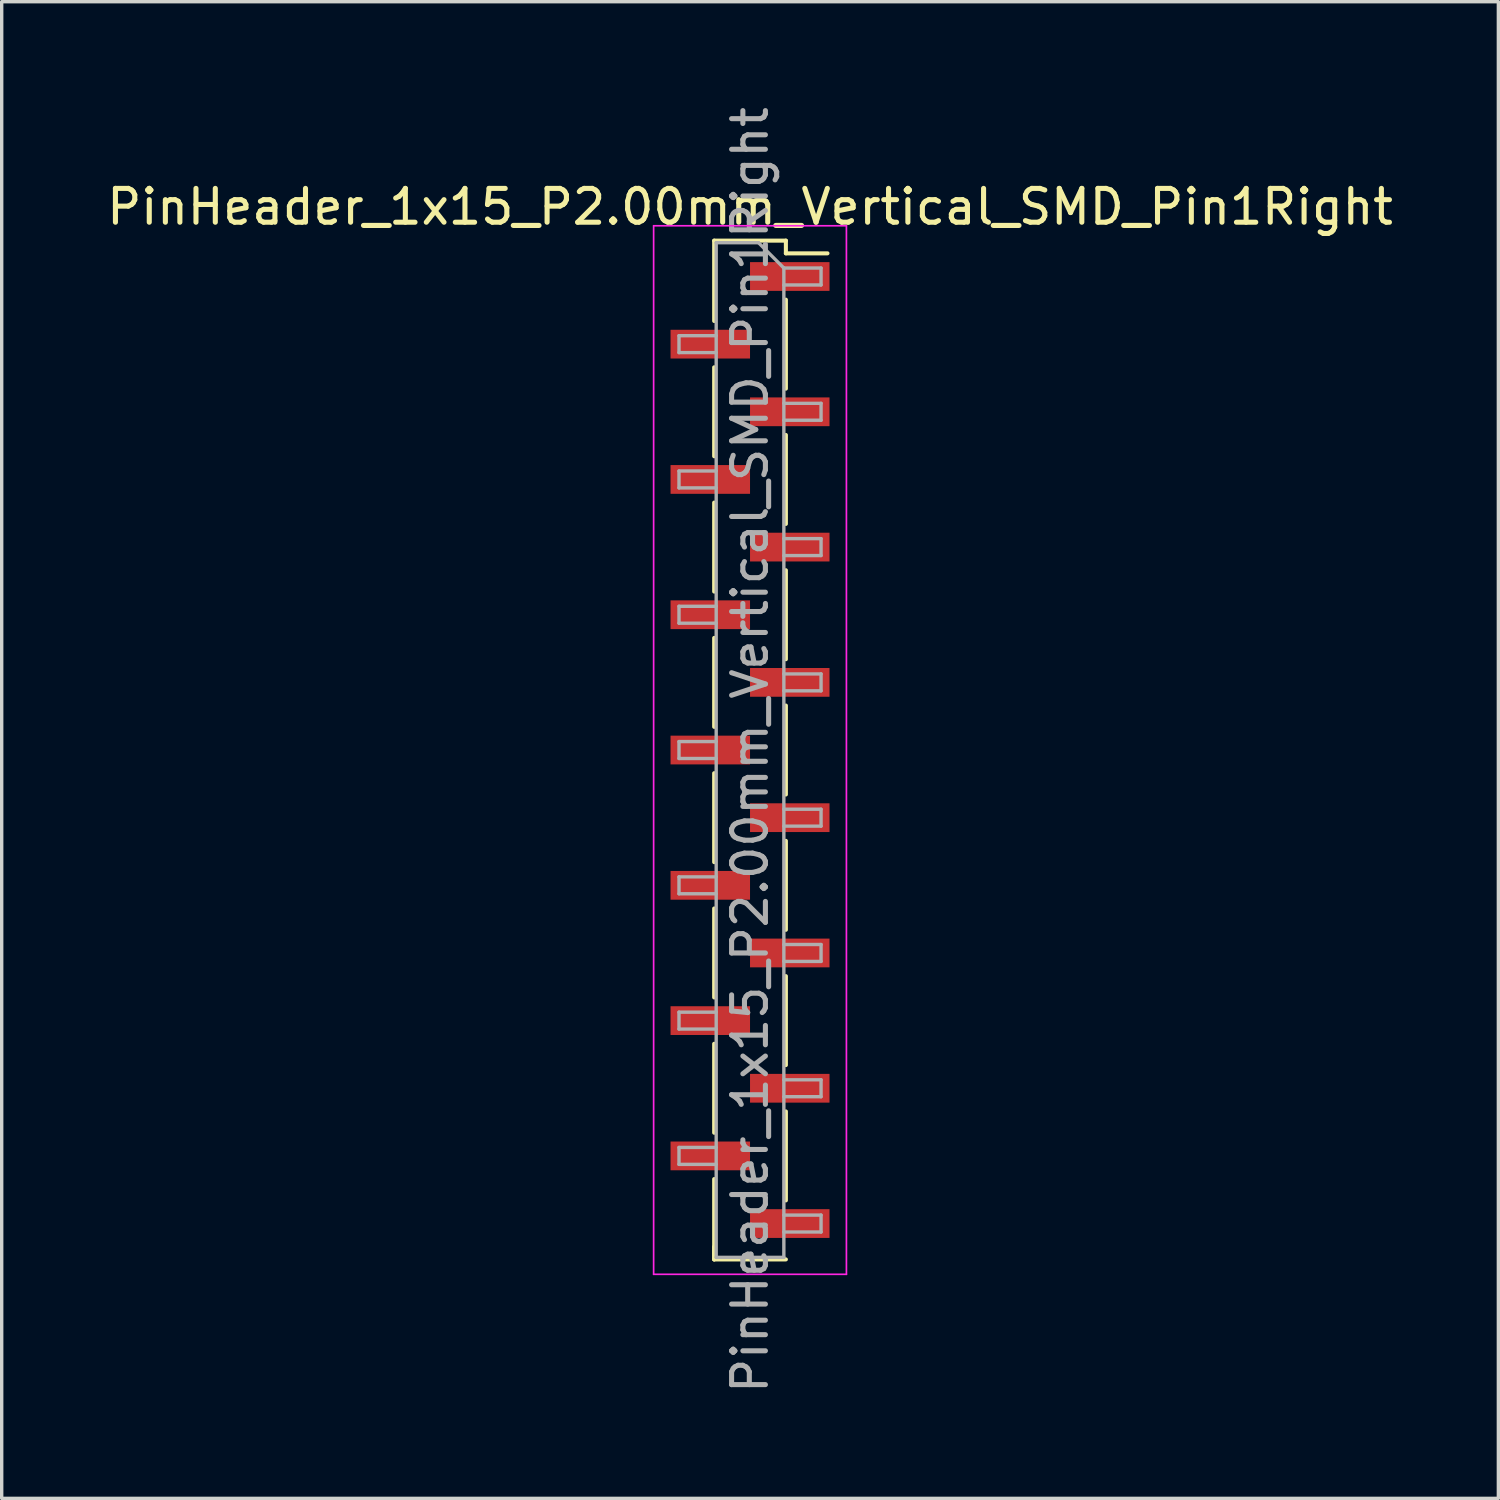
<source format=kicad_pcb>
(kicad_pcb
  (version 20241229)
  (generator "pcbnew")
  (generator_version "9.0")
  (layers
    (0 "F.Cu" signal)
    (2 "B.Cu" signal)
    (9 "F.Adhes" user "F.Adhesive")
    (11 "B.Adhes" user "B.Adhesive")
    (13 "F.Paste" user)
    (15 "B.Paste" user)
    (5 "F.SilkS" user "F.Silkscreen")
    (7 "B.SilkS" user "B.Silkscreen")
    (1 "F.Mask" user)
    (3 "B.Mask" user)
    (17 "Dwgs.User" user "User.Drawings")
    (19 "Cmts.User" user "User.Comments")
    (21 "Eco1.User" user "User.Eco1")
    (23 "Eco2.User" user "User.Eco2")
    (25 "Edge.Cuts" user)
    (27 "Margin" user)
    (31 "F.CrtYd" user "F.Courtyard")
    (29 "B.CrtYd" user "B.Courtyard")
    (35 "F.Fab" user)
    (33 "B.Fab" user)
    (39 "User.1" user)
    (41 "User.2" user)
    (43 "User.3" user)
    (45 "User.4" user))
  (footprint "PinHeader_1x15_P2.00mm_Vertical_SMD_Pin1Right"
    (layer "F.Cu")
    (at 19.125 19.125)
    (property "Reference" "PinHeader_1x15_P2.00mm_Vertical_SMD_Pin1Right" (at 0 -16.06 0) (layer "F.SilkS") (effects (font (size 1 1) (thickness 0.15))))
    (attr smd)
    (fp_line (start -1.06 -15.06) (end -1.06 -12.685) (stroke (width 0.12) (type solid)) (layer "F.SilkS"))
    (fp_line (start -1.06 -15.06) (end 1.06 -15.06) (stroke (width 0.12) (type solid)) (layer "F.SilkS"))
    (fp_line (start -1.06 -11.315) (end -1.06 -8.685) (stroke (width 0.12) (type solid)) (layer "F.SilkS"))
    (fp_line (start -1.06 -7.315) (end -1.06 -4.685) (stroke (width 0.12) (type solid)) (layer "F.SilkS"))
    (fp_line (start -1.06 -3.315) (end -1.06 -0.685) (stroke (width 0.12) (type solid)) (layer "F.SilkS"))
    (fp_line (start -1.06 0.685) (end -1.06 3.315) (stroke (width 0.12) (type solid)) (layer "F.SilkS"))
    (fp_line (start -1.06 4.685) (end -1.06 7.315) (stroke (width 0.12) (type solid)) (layer "F.SilkS"))
    (fp_line (start -1.06 8.685) (end -1.06 11.315) (stroke (width 0.12) (type solid)) (layer "F.SilkS"))
    (fp_line (start -1.06 12.685) (end -1.06 15.06) (stroke (width 0.12) (type solid)) (layer "F.SilkS"))
    (fp_line (start -1.06 14.685) (end -1.06 15.06) (stroke (width 0.12) (type solid)) (layer "F.SilkS"))
    (fp_line (start -1.06 15.06) (end 1.06 15.06) (stroke (width 0.12) (type solid)) (layer "F.SilkS"))
    (fp_line (start 1.06 -15.06) (end 1.06 -14.685) (stroke (width 0.12) (type solid)) (layer "F.SilkS"))
    (fp_line (start 1.06 -14.685) (end 2.29 -14.685) (stroke (width 0.12) (type solid)) (layer "F.SilkS"))
    (fp_line (start 1.06 -13.315) (end 1.06 -10.685) (stroke (width 0.12) (type solid)) (layer "F.SilkS"))
    (fp_line (start 1.06 -9.315) (end 1.06 -6.685) (stroke (width 0.12) (type solid)) (layer "F.SilkS"))
    (fp_line (start 1.06 -5.315) (end 1.06 -2.685) (stroke (width 0.12) (type solid)) (layer "F.SilkS"))
    (fp_line (start 1.06 -1.315) (end 1.06 1.315) (stroke (width 0.12) (type solid)) (layer "F.SilkS"))
    (fp_line (start 1.06 2.685) (end 1.06 5.315) (stroke (width 0.12) (type solid)) (layer "F.SilkS"))
    (fp_line (start 1.06 6.685) (end 1.06 9.315) (stroke (width 0.12) (type solid)) (layer "F.SilkS"))
    (fp_line (start 1.06 10.685) (end 1.06 13.315) (stroke (width 0.12) (type solid)) (layer "F.SilkS"))
    (fp_line (start -2.85 -15.5) (end -2.85 15.5) (stroke (width 0.05) (type solid)) (layer "F.CrtYd"))
    (fp_line (start -2.85 15.5) (end 2.85 15.5) (stroke (width 0.05) (type solid)) (layer "F.CrtYd"))
    (fp_line (start 2.85 -15.5) (end -2.85 -15.5) (stroke (width 0.05) (type solid)) (layer "F.CrtYd"))
    (fp_line (start 2.85 15.5) (end 2.85 -15.5) (stroke (width 0.05) (type solid)) (layer "F.CrtYd"))
    (fp_line (start -2.1 -12.25) (end -2.1 -11.75) (stroke (width 0.1) (type solid)) (layer "F.Fab"))
    (fp_line (start -2.1 -11.75) (end -1 -11.75) (stroke (width 0.1) (type solid)) (layer "F.Fab"))
    (fp_line (start -2.1 -8.25) (end -2.1 -7.75) (stroke (width 0.1) (type solid)) (layer "F.Fab"))
    (fp_line (start -2.1 -7.75) (end -1 -7.75) (stroke (width 0.1) (type solid)) (layer "F.Fab"))
    (fp_line (start -2.1 -4.25) (end -2.1 -3.75) (stroke (width 0.1) (type solid)) (layer "F.Fab"))
    (fp_line (start -2.1 -3.75) (end -1 -3.75) (stroke (width 0.1) (type solid)) (layer "F.Fab"))
    (fp_line (start -2.1 -0.25) (end -2.1 0.25) (stroke (width 0.1) (type solid)) (layer "F.Fab"))
    (fp_line (start -2.1 0.25) (end -1 0.25) (stroke (width 0.1) (type solid)) (layer "F.Fab"))
    (fp_line (start -2.1 3.75) (end -2.1 4.25) (stroke (width 0.1) (type solid)) (layer "F.Fab"))
    (fp_line (start -2.1 4.25) (end -1 4.25) (stroke (width 0.1) (type solid)) (layer "F.Fab"))
    (fp_line (start -2.1 7.75) (end -2.1 8.25) (stroke (width 0.1) (type solid)) (layer "F.Fab"))
    (fp_line (start -2.1 8.25) (end -1 8.25) (stroke (width 0.1) (type solid)) (layer "F.Fab"))
    (fp_line (start -2.1 11.75) (end -2.1 12.25) (stroke (width 0.1) (type solid)) (layer "F.Fab"))
    (fp_line (start -2.1 12.25) (end -1 12.25) (stroke (width 0.1) (type solid)) (layer "F.Fab"))
    (fp_line (start -1 -15) (end -1 15) (stroke (width 0.1) (type solid)) (layer "F.Fab"))
    (fp_line (start -1 -15) (end 0.25 -15) (stroke (width 0.1) (type solid)) (layer "F.Fab"))
    (fp_line (start -1 -12.25) (end -2.1 -12.25) (stroke (width 0.1) (type solid)) (layer "F.Fab"))
    (fp_line (start -1 -8.25) (end -2.1 -8.25) (stroke (width 0.1) (type solid)) (layer "F.Fab"))
    (fp_line (start -1 -4.25) (end -2.1 -4.25) (stroke (width 0.1) (type solid)) (layer "F.Fab"))
    (fp_line (start -1 -0.25) (end -2.1 -0.25) (stroke (width 0.1) (type solid)) (layer "F.Fab"))
    (fp_line (start -1 3.75) (end -2.1 3.75) (stroke (width 0.1) (type solid)) (layer "F.Fab"))
    (fp_line (start -1 7.75) (end -2.1 7.75) (stroke (width 0.1) (type solid)) (layer "F.Fab"))
    (fp_line (start -1 11.75) (end -2.1 11.75) (stroke (width 0.1) (type solid)) (layer "F.Fab"))
    (fp_line (start 1 -14.25) (end 0.25 -15) (stroke (width 0.1) (type solid)) (layer "F.Fab"))
    (fp_line (start 1 -14.25) (end 2.1 -14.25) (stroke (width 0.1) (type solid)) (layer "F.Fab"))
    (fp_line (start 1 -10.25) (end 2.1 -10.25) (stroke (width 0.1) (type solid)) (layer "F.Fab"))
    (fp_line (start 1 -6.25) (end 2.1 -6.25) (stroke (width 0.1) (type solid)) (layer "F.Fab"))
    (fp_line (start 1 -2.25) (end 2.1 -2.25) (stroke (width 0.1) (type solid)) (layer "F.Fab"))
    (fp_line (start 1 1.75) (end 2.1 1.75) (stroke (width 0.1) (type solid)) (layer "F.Fab"))
    (fp_line (start 1 5.75) (end 2.1 5.75) (stroke (width 0.1) (type solid)) (layer "F.Fab"))
    (fp_line (start 1 9.75) (end 2.1 9.75) (stroke (width 0.1) (type solid)) (layer "F.Fab"))
    (fp_line (start 1 13.75) (end 2.1 13.75) (stroke (width 0.1) (type solid)) (layer "F.Fab"))
    (fp_line (start 1 15) (end -1 15) (stroke (width 0.1) (type solid)) (layer "F.Fab"))
    (fp_line (start 1 15) (end 1 -14.25) (stroke (width 0.1) (type solid)) (layer "F.Fab"))
    (fp_line (start 2.1 -14.25) (end 2.1 -13.75) (stroke (width 0.1) (type solid)) (layer "F.Fab"))
    (fp_line (start 2.1 -13.75) (end 1 -13.75) (stroke (width 0.1) (type solid)) (layer "F.Fab"))
    (fp_line (start 2.1 -10.25) (end 2.1 -9.75) (stroke (width 0.1) (type solid)) (layer "F.Fab"))
    (fp_line (start 2.1 -9.75) (end 1 -9.75) (stroke (width 0.1) (type solid)) (layer "F.Fab"))
    (fp_line (start 2.1 -6.25) (end 2.1 -5.75) (stroke (width 0.1) (type solid)) (layer "F.Fab"))
    (fp_line (start 2.1 -5.75) (end 1 -5.75) (stroke (width 0.1) (type solid)) (layer "F.Fab"))
    (fp_line (start 2.1 -2.25) (end 2.1 -1.75) (stroke (width 0.1) (type solid)) (layer "F.Fab"))
    (fp_line (start 2.1 -1.75) (end 1 -1.75) (stroke (width 0.1) (type solid)) (layer "F.Fab"))
    (fp_line (start 2.1 1.75) (end 2.1 2.25) (stroke (width 0.1) (type solid)) (layer "F.Fab"))
    (fp_line (start 2.1 2.25) (end 1 2.25) (stroke (width 0.1) (type solid)) (layer "F.Fab"))
    (fp_line (start 2.1 5.75) (end 2.1 6.25) (stroke (width 0.1) (type solid)) (layer "F.Fab"))
    (fp_line (start 2.1 6.25) (end 1 6.25) (stroke (width 0.1) (type solid)) (layer "F.Fab"))
    (fp_line (start 2.1 9.75) (end 2.1 10.25) (stroke (width 0.1) (type solid)) (layer "F.Fab"))
    (fp_line (start 2.1 10.25) (end 1 10.25) (stroke (width 0.1) (type solid)) (layer "F.Fab"))
    (fp_line (start 2.1 13.75) (end 2.1 14.25) (stroke (width 0.1) (type solid)) (layer "F.Fab"))
    (fp_line (start 2.1 14.25) (end 1 14.25) (stroke (width 0.1) (type solid)) (layer "F.Fab"))
    (fp_text user "${REFERENCE}" (at 0 0 90) (layer "F.Fab") (effects (font (size 1 1) (thickness 0.15))))
    (pad "1" smd rect (at 1.175 -14) (size 2.35 0.85) (layers "F.Cu" "F.Mask" "F.Paste"))
    (pad "2" smd rect (at -1.175 -12) (size 2.35 0.85) (layers "F.Cu" "F.Mask" "F.Paste"))
    (pad "3" smd rect (at 1.175 -10) (size 2.35 0.85) (layers "F.Cu" "F.Mask" "F.Paste"))
    (pad "4" smd rect (at -1.175 -8) (size 2.35 0.85) (layers "F.Cu" "F.Mask" "F.Paste"))
    (pad "5" smd rect (at 1.175 -6) (size 2.35 0.85) (layers "F.Cu" "F.Mask" "F.Paste"))
    (pad "6" smd rect (at -1.175 -4) (size 2.35 0.85) (layers "F.Cu" "F.Mask" "F.Paste"))
    (pad "7" smd rect (at 1.175 -2) (size 2.35 0.85) (layers "F.Cu" "F.Mask" "F.Paste"))
    (pad "8" smd rect (at -1.175 0) (size 2.35 0.85) (layers "F.Cu" "F.Mask" "F.Paste"))
    (pad "9" smd rect (at 1.175 2) (size 2.35 0.85) (layers "F.Cu" "F.Mask" "F.Paste"))
    (pad "10" smd rect (at -1.175 4) (size 2.35 0.85) (layers "F.Cu" "F.Mask" "F.Paste"))
    (pad "11" smd rect (at 1.175 6) (size 2.35 0.85) (layers "F.Cu" "F.Mask" "F.Paste"))
    (pad "12" smd rect (at -1.175 8) (size 2.35 0.85) (layers "F.Cu" "F.Mask" "F.Paste"))
    (pad "13" smd rect (at 1.175 10) (size 2.35 0.85) (layers "F.Cu" "F.Mask" "F.Paste"))
    (pad "14" smd rect (at -1.175 12) (size 2.35 0.85) (layers "F.Cu" "F.Mask" "F.Paste"))
    (pad "15" smd rect (at 1.175 14) (size 2.35 0.85) (layers "F.Cu" "F.Mask" "F.Paste")))
  (gr_rect
    (start -3 -3)
    (end 41.25 41.25)
    (stroke (width 0.1) (type default))
    (fill no)
    (layer "Edge.Cuts")))
</source>
